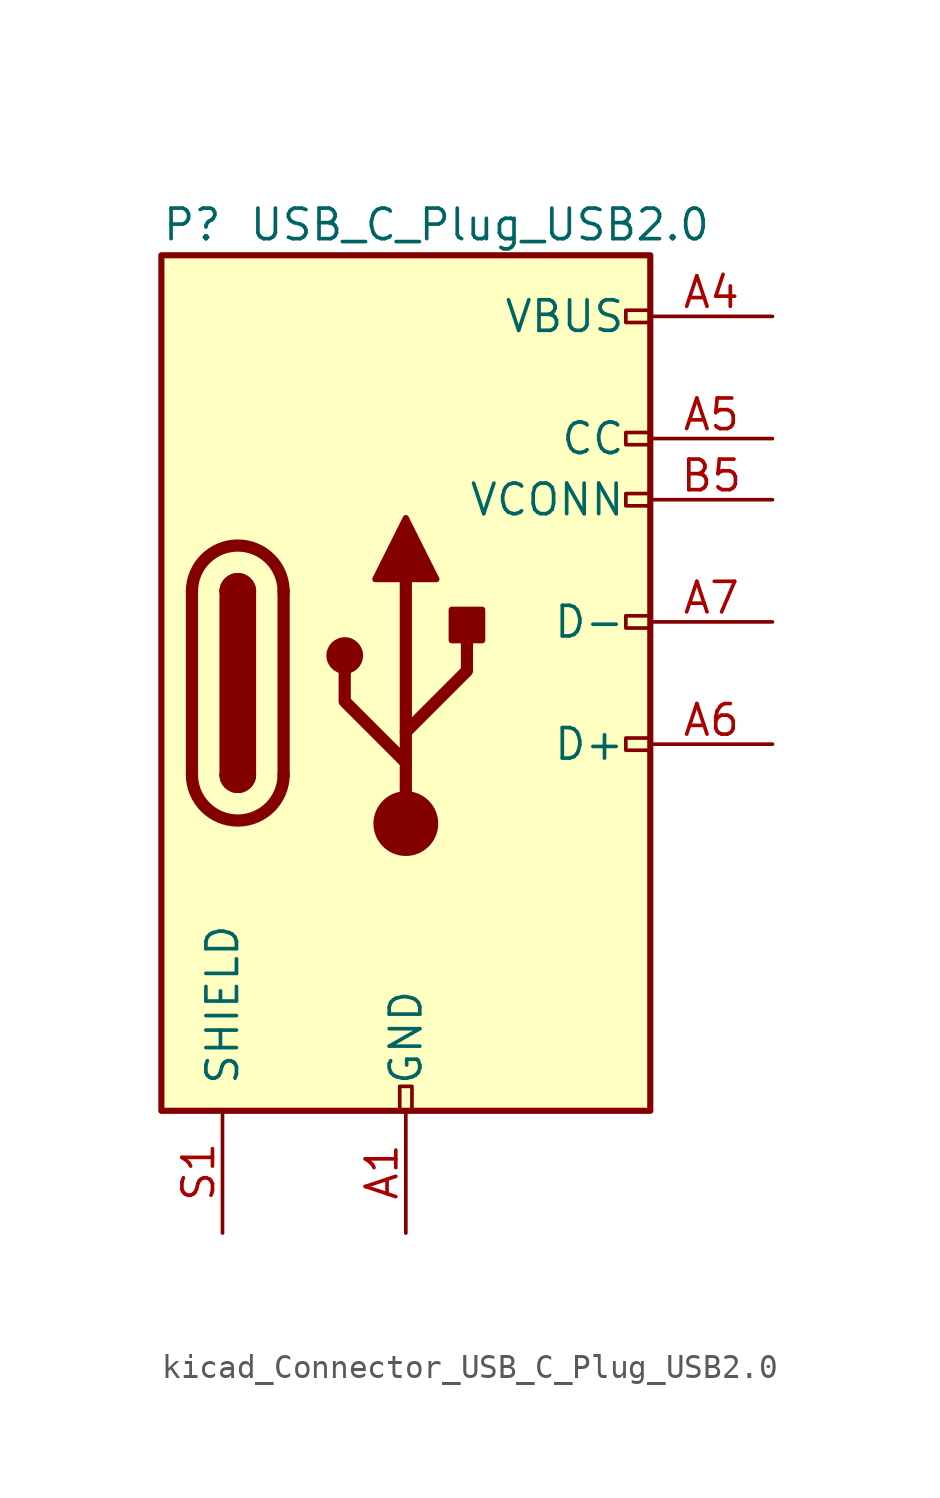
<source format=kicad_sym>
(kicad_symbol_lib
  (version 20220914)
  (generator kicad_symbol_editor)
  (symbol "kicad_Connector_USB_C_Plug_USB2.0"
    (pin_names
      (offset 1.016))
    (property "Reference" "P"
      (at -10.16 19.05 0)
      (effects (font (size 1.27 1.27)) (justify left)))
    (property "Value" "USB_C_Plug_USB2.0"
      (at 12.7 19.05 0)
      (effects (font (size 1.27 1.27)) (justify right)))
    (symbol "kicad_Connector_USB_C_Plug_USB2.0_0_0"
      (rectangle (start -0.254 -17.78) (end 0.254 -16.764) (stroke (width 0) (type default)) (fill (type none)))
      (rectangle (start 10.16 -2.286) (end 9.144 -2.794) (stroke (width 0) (type default)) (fill (type none)))
      (rectangle (start 10.16 2.794) (end 9.144 2.286) (stroke (width 0) (type default)) (fill (type none)))
      (rectangle (start 10.16 7.874) (end 9.144 7.366) (stroke (width 0) (type default)) (fill (type none)))
      (rectangle (start 10.16 10.414) (end 9.144 9.906) (stroke (width 0) (type default)) (fill (type none)))
      (rectangle (start 10.16 15.494) (end 9.144 14.986) (stroke (width 0) (type default)) (fill (type none))))
    (symbol "kicad_Connector_USB_C_Plug_USB2.0_0_1"
      (rectangle (start -10.16 17.78) (end 10.16 -17.78) (stroke (width 0.254) (type default)) (fill (type background)))
      (arc (start -8.89 -3.81) (mid -6.985 -5.7067) (end -5.08 -3.81) (stroke (width 0.508) (type default)) (fill (type none)))
      (arc (start -7.62 -3.81) (mid -6.985 -4.4423) (end -6.35 -3.81) (stroke (width 0.254) (type default)) (fill (type none)))
      (arc (start -7.62 -3.81) (mid -6.985 -4.4423) (end -6.35 -3.81) (stroke (width 0.254) (type default)) (fill (type outline)))
      (rectangle (start -7.62 -3.81) (end -6.35 3.81) (stroke (width 0.254) (type default)) (fill (type outline)))
      (arc (start -6.35 3.81) (mid -6.985 4.4423) (end -7.62 3.81) (stroke (width 0.254) (type default)) (fill (type none)))
      (arc (start -6.35 3.81) (mid -6.985 4.4423) (end -7.62 3.81) (stroke (width 0.254) (type default)) (fill (type outline)))
      (arc (start -5.08 3.81) (mid -6.985 5.7067) (end -8.89 3.81) (stroke (width 0.508) (type default)) (fill (type none)))
      (circle (center -2.54 1.143) (radius 0.635) (stroke (width 0.254) (type default)) (fill (type outline)))
      (circle (center 0 -5.842) (radius 1.27) (stroke (width 0) (type default)) (fill (type outline)))
      (polyline (pts (xy -8.89 -3.81) (xy -8.89 3.81)) (stroke (width 0.508) (type default)) (fill (type none)))
      (polyline (pts (xy -5.08 3.81) (xy -5.08 -3.81)) (stroke (width 0.508) (type default)) (fill (type none)))
      (polyline (pts (xy 0 -5.842) (xy 0 4.318)) (stroke (width 0.508) (type default)) (fill (type none)))
      (polyline (pts (xy 0 -3.302) (xy -2.54 -0.762) (xy -2.54 0.508)) (stroke (width 0.508) (type default)) (fill (type none)))
      (polyline (pts (xy 0 -2.032) (xy 2.54 0.508) (xy 2.54 1.778)) (stroke (width 0.508) (type default)) (fill (type none)))
      (polyline (pts (xy -1.27 4.318) (xy 0 6.858) (xy 1.27 4.318) (xy -1.27 4.318)) (stroke (width 0.254) (type default)) (fill (type outline)))
      (rectangle (start 1.905 1.778) (end 3.175 3.048) (stroke (width 0.254) (type default)) (fill (type outline))))
    (symbol "kicad_Connector_USB_C_Plug_USB2.0_1_1"
      (pin passive line (at 0 -22.86 90) (length 5.08) (name "GND" (effects (font (size 1.27 1.27)))) (number "A1" (effects (font (size 1.27 1.27)))))
      (pin passive line (at 0 -22.86 90) (length 5.08) hide (name "GND" (effects (font (size 1.27 1.27)))) (number "A12" (effects (font (size 1.27 1.27)))))
      (pin passive line (at 15.24 15.24 180) (length 5.08) (name "VBUS" (effects (font (size 1.27 1.27)))) (number "A4" (effects (font (size 1.27 1.27)))))
      (pin bidirectional line (at 15.24 10.16 180) (length 5.08) (name "CC" (effects (font (size 1.27 1.27)))) (number "A5" (effects (font (size 1.27 1.27)))))
      (pin bidirectional line (at 15.24 -2.54 180) (length 5.08) (name "D+" (effects (font (size 1.27 1.27)))) (number "A6" (effects (font (size 1.27 1.27)))))
      (pin bidirectional line (at 15.24 2.54 180) (length 5.08) (name "D-" (effects (font (size 1.27 1.27)))) (number "A7" (effects (font (size 1.27 1.27)))))
      (pin passive line (at 15.24 15.24 180) (length 5.08) hide (name "VBUS" (effects (font (size 1.27 1.27)))) (number "A9" (effects (font (size 1.27 1.27)))))
      (pin passive line (at 0 -22.86 90) (length 5.08) hide (name "GND" (effects (font (size 1.27 1.27)))) (number "B1" (effects (font (size 1.27 1.27)))))
      (pin passive line (at 0 -22.86 90) (length 5.08) hide (name "GND" (effects (font (size 1.27 1.27)))) (number "B12" (effects (font (size 1.27 1.27)))))
      (pin passive line (at 15.24 15.24 180) (length 5.08) hide (name "VBUS" (effects (font (size 1.27 1.27)))) (number "B4" (effects (font (size 1.27 1.27)))))
      (pin bidirectional line (at 15.24 7.62 180) (length 5.08) (name "VCONN" (effects (font (size 1.27 1.27)))) (number "B5" (effects (font (size 1.27 1.27)))))
      (pin passive line (at 15.24 15.24 180) (length 5.08) hide (name "VBUS" (effects (font (size 1.27 1.27)))) (number "B9" (effects (font (size 1.27 1.27)))))
      (pin passive line (at -7.62 -22.86 90) (length 5.08) (name "SHIELD" (effects (font (size 1.27 1.27)))) (number "S1" (effects (font (size 1.27 1.27))))))))
</source>
